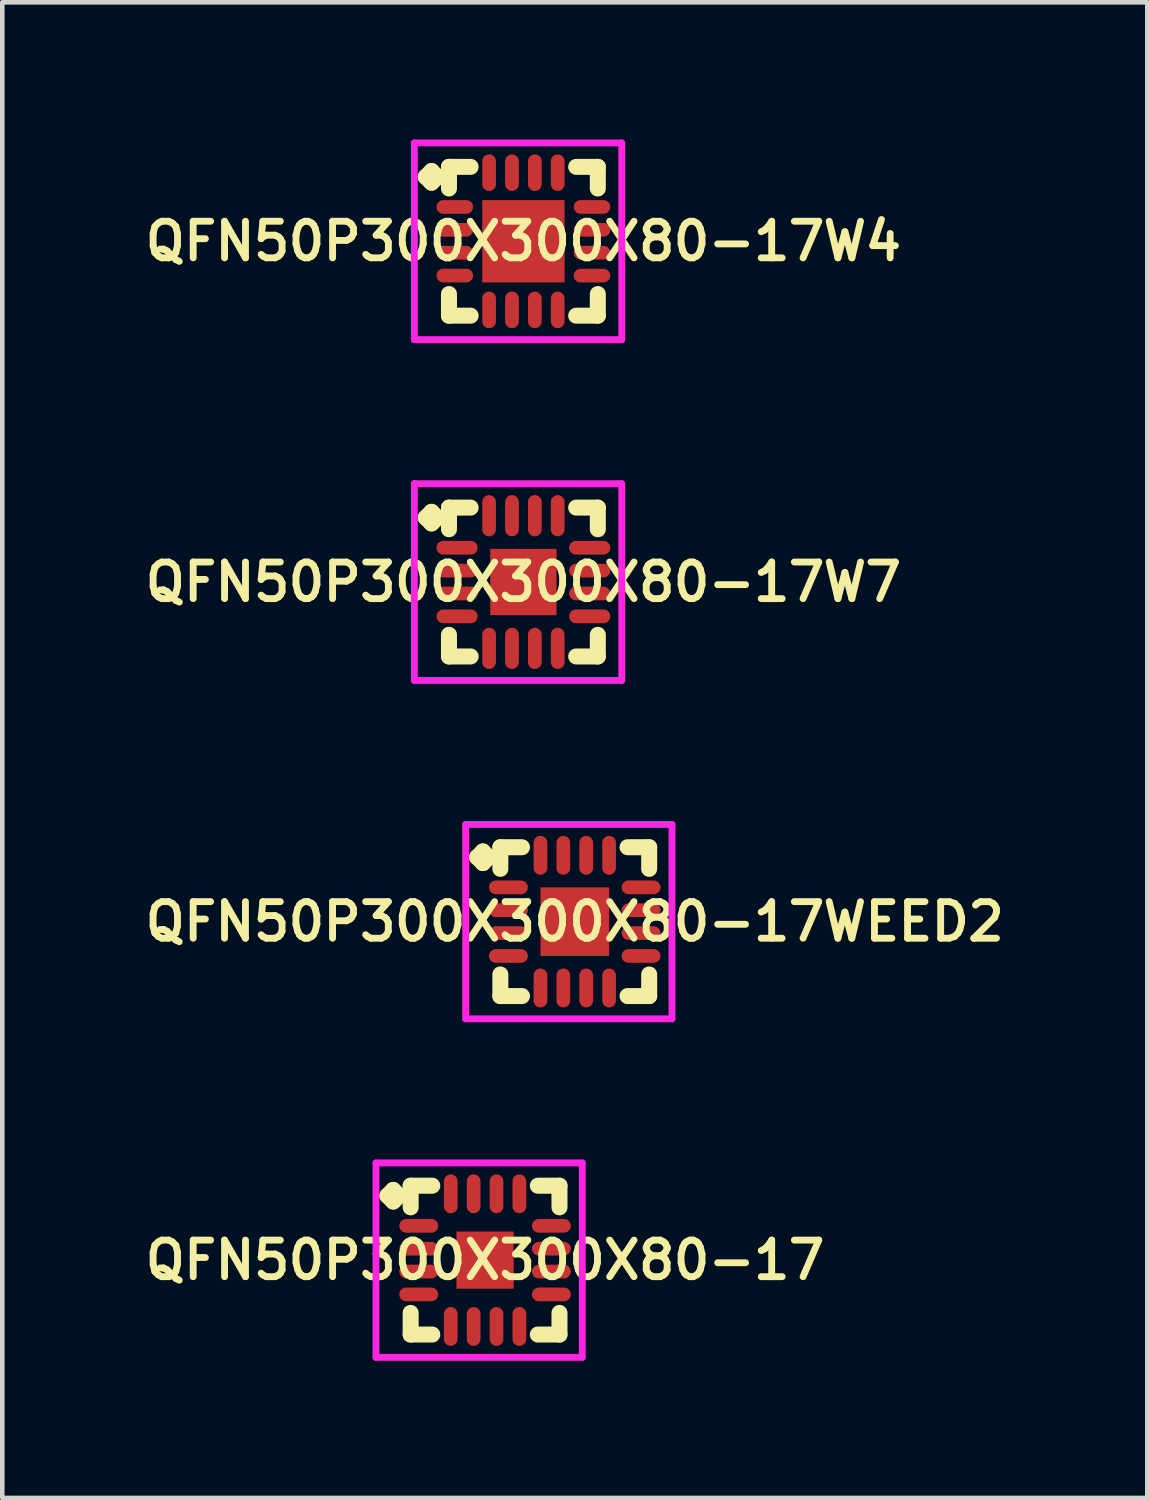
<source format=kicad_pcb>
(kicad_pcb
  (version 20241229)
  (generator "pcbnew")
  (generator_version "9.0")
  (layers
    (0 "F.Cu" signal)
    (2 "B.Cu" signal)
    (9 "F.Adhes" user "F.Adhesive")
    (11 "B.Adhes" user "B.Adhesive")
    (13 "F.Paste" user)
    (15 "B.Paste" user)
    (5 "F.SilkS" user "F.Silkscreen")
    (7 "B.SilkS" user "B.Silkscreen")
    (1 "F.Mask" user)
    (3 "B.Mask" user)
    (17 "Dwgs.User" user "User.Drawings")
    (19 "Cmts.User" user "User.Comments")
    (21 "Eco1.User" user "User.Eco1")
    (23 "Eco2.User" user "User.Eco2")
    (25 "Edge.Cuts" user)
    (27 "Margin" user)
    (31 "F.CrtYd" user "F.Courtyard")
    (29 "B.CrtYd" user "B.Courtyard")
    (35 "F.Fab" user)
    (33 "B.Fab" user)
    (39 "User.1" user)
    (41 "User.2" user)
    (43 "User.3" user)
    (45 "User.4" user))
  (footprint "QFN50P300X300X80-17WEED2"
    (layer "F.Cu")
    (at 9.516 17.1)
    (property "Reference" "QFN50P300X300X80-17WEED2" (at 0 0 0) (layer "F.SilkS") (effects (font (size 0.8 0.8) (thickness 0.15))))
    (attr smd)
    (fp_line (start -2.135 -1.408) (end -2.008 -1.535) (stroke (width 0.35) (type solid)) (layer "F.SilkS"))
    (fp_line (start -2.008 -1.535) (end -1.881 -1.408) (stroke (width 0.35) (type solid)) (layer "F.SilkS"))
    (fp_line (start -2.008 -1.281) (end -2.135 -1.408) (stroke (width 0.35) (type solid)) (layer "F.SilkS"))
    (fp_line (start -1.881 -1.408) (end -2.008 -1.281) (stroke (width 0.35) (type solid)) (layer "F.SilkS"))
    (fp_line (start -1.627 -1.627) (end -1.154 -1.627) (stroke (width 0.35) (type solid)) (layer "F.SilkS"))
    (fp_line (start -1.627 -1.154) (end -1.627 -1.627) (stroke (width 0.35) (type solid)) (layer "F.SilkS"))
    (fp_line (start -1.627 1.154) (end -1.627 1.627) (stroke (width 0.35) (type solid)) (layer "F.SilkS"))
    (fp_line (start -1.627 1.627) (end -1.154 1.627) (stroke (width 0.35) (type solid)) (layer "F.SilkS"))
    (fp_line (start 1.154 -1.627) (end 1.627 -1.627) (stroke (width 0.35) (type solid)) (layer "F.SilkS"))
    (fp_line (start 1.154 1.627) (end 1.627 1.627) (stroke (width 0.35) (type solid)) (layer "F.SilkS"))
    (fp_line (start 1.627 -1.627) (end 1.627 -1.154) (stroke (width 0.35) (type solid)) (layer "F.SilkS"))
    (fp_line (start 1.627 1.627) (end 1.627 1.154) (stroke (width 0.35) (type solid)) (layer "F.SilkS"))
    (fp_line (start -2.385 -2.125) (end 2.125 -2.125) (stroke (width 0.15) (type solid)) (layer "F.CrtYd"))
    (fp_line (start -2.385 2.125) (end -2.385 -2.125) (stroke (width 0.15) (type solid)) (layer "F.CrtYd"))
    (fp_line (start 2.125 -2.125) (end 2.125 2.125) (stroke (width 0.15) (type solid)) (layer "F.CrtYd"))
    (fp_line (start 2.125 2.125) (end -2.385 2.125) (stroke (width 0.15) (type solid)) (layer "F.CrtYd"))
    (pad "1" smd oval (at -1.45 -0.75) (size 0.85 0.3) (layers "F.Cu" "F.Mask" "F.Paste"))
    (pad "2" smd oval (at -1.45 -0.25) (size 0.85 0.3) (layers "F.Cu" "F.Mask" "F.Paste"))
    (pad "3" smd oval (at -1.45 0.25) (size 0.85 0.3) (layers "F.Cu" "F.Mask" "F.Paste"))
    (pad "4" smd oval (at -1.45 0.75) (size 0.85 0.3) (layers "F.Cu" "F.Mask" "F.Paste"))
    (pad "5" smd oval (at -0.75 1.45) (size 0.3 0.85) (layers "F.Cu" "F.Mask" "F.Paste"))
    (pad "6" smd oval (at -0.25 1.45) (size 0.3 0.85) (layers "F.Cu" "F.Mask" "F.Paste"))
    (pad "7" smd oval (at 0.25 1.45) (size 0.3 0.85) (layers "F.Cu" "F.Mask" "F.Paste"))
    (pad "8" smd oval (at 0.75 1.45) (size 0.3 0.85) (layers "F.Cu" "F.Mask" "F.Paste"))
    (pad "9" smd oval (at 1.45 0.75) (size 0.85 0.3) (layers "F.Cu" "F.Mask" "F.Paste"))
    (pad "10" smd oval (at 1.45 0.25) (size 0.85 0.3) (layers "F.Cu" "F.Mask" "F.Paste"))
    (pad "11" smd oval (at 1.45 -0.25) (size 0.85 0.3) (layers "F.Cu" "F.Mask" "F.Paste"))
    (pad "12" smd oval (at 1.45 -0.75) (size 0.85 0.3) (layers "F.Cu" "F.Mask" "F.Paste"))
    (pad "13" smd oval (at 0.75 -1.45) (size 0.3 0.85) (layers "F.Cu" "F.Mask" "F.Paste"))
    (pad "14" smd oval (at 0.25 -1.45) (size 0.3 0.85) (layers "F.Cu" "F.Mask" "F.Paste"))
    (pad "15" smd oval (at -0.25 -1.45) (size 0.3 0.85) (layers "F.Cu" "F.Mask" "F.Paste"))
    (pad "16" smd oval (at -0.75 -1.45) (size 0.3 0.85) (layers "F.Cu" "F.Mask" "F.Paste"))
    (pad "17" smd rect (at 0 0) (size 1.5 1.5) (layers "F.Cu" "F.Mask" "F.Paste")))
  (footprint "QFN50P300X300X80-17W4"
    (layer "F.Cu")
    (at 8.393 2.225)
    (property "Reference" "QFN50P300X300X80-17W4" (at 0 0 0) (layer "F.SilkS") (effects (font (size 0.8 0.8) (thickness 0.15))))
    (attr smd)
    (fp_line (start -2.135 -1.408) (end -2.008 -1.535) (stroke (width 0.35) (type solid)) (layer "F.SilkS"))
    (fp_line (start -2.008 -1.535) (end -1.881 -1.408) (stroke (width 0.35) (type solid)) (layer "F.SilkS"))
    (fp_line (start -2.008 -1.281) (end -2.135 -1.408) (stroke (width 0.35) (type solid)) (layer "F.SilkS"))
    (fp_line (start -1.881 -1.408) (end -2.008 -1.281) (stroke (width 0.35) (type solid)) (layer "F.SilkS"))
    (fp_line (start -1.627 -1.627) (end -1.154 -1.627) (stroke (width 0.35) (type solid)) (layer "F.SilkS"))
    (fp_line (start -1.627 -1.154) (end -1.627 -1.627) (stroke (width 0.35) (type solid)) (layer "F.SilkS"))
    (fp_line (start -1.627 1.154) (end -1.627 1.627) (stroke (width 0.35) (type solid)) (layer "F.SilkS"))
    (fp_line (start -1.627 1.627) (end -1.154 1.627) (stroke (width 0.35) (type solid)) (layer "F.SilkS"))
    (fp_line (start 1.154 -1.627) (end 1.627 -1.627) (stroke (width 0.35) (type solid)) (layer "F.SilkS"))
    (fp_line (start 1.154 1.627) (end 1.627 1.627) (stroke (width 0.35) (type solid)) (layer "F.SilkS"))
    (fp_line (start 1.627 -1.627) (end 1.627 -1.154) (stroke (width 0.35) (type solid)) (layer "F.SilkS"))
    (fp_line (start 1.627 1.627) (end 1.627 1.154) (stroke (width 0.35) (type solid)) (layer "F.SilkS"))
    (fp_line (start -2.385 -2.15) (end 2.15 -2.15) (stroke (width 0.15) (type solid)) (layer "F.CrtYd"))
    (fp_line (start -2.385 2.15) (end -2.385 -2.15) (stroke (width 0.15) (type solid)) (layer "F.CrtYd"))
    (fp_line (start 2.15 -2.15) (end 2.15 2.15) (stroke (width 0.15) (type solid)) (layer "F.CrtYd"))
    (fp_line (start 2.15 2.15) (end -2.385 2.15) (stroke (width 0.15) (type solid)) (layer "F.CrtYd"))
    (pad "1" smd oval (at -1.5 -0.75) (size 0.8 0.3) (layers "F.Cu" "F.Mask" "F.Paste"))
    (pad "2" smd oval (at -1.5 -0.25) (size 0.8 0.3) (layers "F.Cu" "F.Mask" "F.Paste"))
    (pad "3" smd oval (at -1.5 0.25) (size 0.8 0.3) (layers "F.Cu" "F.Mask" "F.Paste"))
    (pad "4" smd oval (at -1.5 0.75) (size 0.8 0.3) (layers "F.Cu" "F.Mask" "F.Paste"))
    (pad "5" smd oval (at -0.75 1.5) (size 0.3 0.8) (layers "F.Cu" "F.Mask" "F.Paste"))
    (pad "6" smd oval (at -0.25 1.5) (size 0.3 0.8) (layers "F.Cu" "F.Mask" "F.Paste"))
    (pad "7" smd oval (at 0.25 1.5) (size 0.3 0.8) (layers "F.Cu" "F.Mask" "F.Paste"))
    (pad "8" smd oval (at 0.75 1.5) (size 0.3 0.8) (layers "F.Cu" "F.Mask" "F.Paste"))
    (pad "9" smd oval (at 1.5 0.75) (size 0.8 0.3) (layers "F.Cu" "F.Mask" "F.Paste"))
    (pad "10" smd oval (at 1.5 0.25) (size 0.8 0.3) (layers "F.Cu" "F.Mask" "F.Paste"))
    (pad "11" smd oval (at 1.5 -0.25) (size 0.8 0.3) (layers "F.Cu" "F.Mask" "F.Paste"))
    (pad "12" smd oval (at 1.5 -0.75) (size 0.8 0.3) (layers "F.Cu" "F.Mask" "F.Paste"))
    (pad "13" smd oval (at 0.75 -1.5) (size 0.3 0.8) (layers "F.Cu" "F.Mask" "F.Paste"))
    (pad "14" smd oval (at 0.25 -1.5) (size 0.3 0.8) (layers "F.Cu" "F.Mask" "F.Paste"))
    (pad "15" smd oval (at -0.25 -1.5) (size 0.3 0.8) (layers "F.Cu" "F.Mask" "F.Paste"))
    (pad "16" smd oval (at -0.75 -1.5) (size 0.3 0.8) (layers "F.Cu" "F.Mask" "F.Paste"))
    (pad "17" smd rect (at 0 0) (size 1.8 1.8) (layers "F.Cu" "F.Mask" "F.Paste")))
  (footprint "QFN50P300X300X80-17"
    (layer "F.Cu")
    (at 7.555 24.5)
    (property "Reference" "QFN50P300X300X80-17" (at 0 0 0) (layer "F.SilkS") (effects (font (size 0.8 0.8) (thickness 0.15))))
    (attr through_hole)
    (fp_line (start -2.135 -1.408) (end -2.008 -1.535) (stroke (width 0.35) (type solid)) (layer "F.SilkS"))
    (fp_line (start -2.008 -1.535) (end -1.881 -1.408) (stroke (width 0.35) (type solid)) (layer "F.SilkS"))
    (fp_line (start -2.008 -1.281) (end -2.135 -1.408) (stroke (width 0.35) (type solid)) (layer "F.SilkS"))
    (fp_line (start -1.881 -1.408) (end -2.008 -1.281) (stroke (width 0.35) (type solid)) (layer "F.SilkS"))
    (fp_line (start -1.627 -1.627) (end -1.154 -1.627) (stroke (width 0.35) (type solid)) (layer "F.SilkS"))
    (fp_line (start -1.627 -1.154) (end -1.627 -1.627) (stroke (width 0.35) (type solid)) (layer "F.SilkS"))
    (fp_line (start -1.627 1.154) (end -1.627 1.627) (stroke (width 0.35) (type solid)) (layer "F.SilkS"))
    (fp_line (start -1.627 1.627) (end -1.154 1.627) (stroke (width 0.35) (type solid)) (layer "F.SilkS"))
    (fp_line (start 1.154 -1.627) (end 1.627 -1.627) (stroke (width 0.35) (type solid)) (layer "F.SilkS"))
    (fp_line (start 1.154 1.627) (end 1.627 1.627) (stroke (width 0.35) (type solid)) (layer "F.SilkS"))
    (fp_line (start 1.627 -1.627) (end 1.627 -1.154) (stroke (width 0.35) (type solid)) (layer "F.SilkS"))
    (fp_line (start 1.627 1.627) (end 1.627 1.154) (stroke (width 0.35) (type solid)) (layer "F.SilkS"))
    (fp_line (start -2.385 -2.125) (end 2.125 -2.125) (stroke (width 0.15) (type solid)) (layer "F.CrtYd"))
    (fp_line (start -2.385 2.125) (end -2.385 -2.125) (stroke (width 0.15) (type solid)) (layer "F.CrtYd"))
    (fp_line (start 2.125 -2.125) (end 2.125 2.125) (stroke (width 0.15) (type solid)) (layer "F.CrtYd"))
    (fp_line (start 2.125 2.125) (end -2.385 2.125) (stroke (width 0.15) (type solid)) (layer "F.CrtYd"))
    (pad "1" smd oval (at -1.45 -0.75) (size 0.85 0.3) (layers "F.Cu" "F.Mask" "F.Paste"))
    (pad "2" smd oval (at -1.45 -0.25) (size 0.85 0.3) (layers "F.Cu" "F.Mask" "F.Paste"))
    (pad "3" smd oval (at -1.45 0.25) (size 0.85 0.3) (layers "F.Cu" "F.Mask" "F.Paste"))
    (pad "4" smd oval (at -1.45 0.75) (size 0.85 0.3) (layers "F.Cu" "F.Mask" "F.Paste"))
    (pad "5" smd oval (at -0.75 1.45) (size 0.3 0.85) (layers "F.Cu" "F.Mask" "F.Paste"))
    (pad "6" smd oval (at -0.25 1.45) (size 0.3 0.85) (layers "F.Cu" "F.Mask" "F.Paste"))
    (pad "7" smd oval (at 0.25 1.45) (size 0.3 0.85) (layers "F.Cu" "F.Mask" "F.Paste"))
    (pad "8" smd oval (at 0.75 1.45) (size 0.3 0.85) (layers "F.Cu" "F.Mask" "F.Paste"))
    (pad "9" smd oval (at 1.45 0.75) (size 0.85 0.3) (layers "F.Cu" "F.Mask" "F.Paste"))
    (pad "10" smd oval (at 1.45 0.25) (size 0.85 0.3) (layers "F.Cu" "F.Mask" "F.Paste"))
    (pad "11" smd oval (at 1.45 -0.25) (size 0.85 0.3) (layers "F.Cu" "F.Mask" "F.Paste"))
    (pad "12" smd oval (at 1.45 -0.75) (size 0.85 0.3) (layers "F.Cu" "F.Mask" "F.Paste"))
    (pad "13" smd oval (at 0.75 -1.45) (size 0.3 0.85) (layers "F.Cu" "F.Mask" "F.Paste"))
    (pad "14" smd oval (at 0.25 -1.45) (size 0.3 0.85) (layers "F.Cu" "F.Mask" "F.Paste"))
    (pad "15" smd oval (at -0.25 -1.45) (size 0.3 0.85) (layers "F.Cu" "F.Mask" "F.Paste"))
    (pad "16" smd oval (at -0.75 -1.45) (size 0.3 0.85) (layers "F.Cu" "F.Mask" "F.Paste"))
    (pad "17" smd rect (at 0 0) (size 1.25 1.25) (layers "F.Cu" "F.Mask" "F.Paste")))
  (footprint "QFN50P300X300X80-17W7"
    (layer "F.Cu")
    (at 8.393 9.675)
    (property "Reference" "QFN50P300X300X80-17W7" (at 0 0 0) (layer "F.SilkS") (effects (font (size 0.8 0.8) (thickness 0.15))))
    (attr smd)
    (fp_line (start -2.135 -1.408) (end -2.008 -1.535) (stroke (width 0.35) (type solid)) (layer "F.SilkS"))
    (fp_line (start -2.008 -1.535) (end -1.881 -1.408) (stroke (width 0.35) (type solid)) (layer "F.SilkS"))
    (fp_line (start -2.008 -1.281) (end -2.135 -1.408) (stroke (width 0.35) (type solid)) (layer "F.SilkS"))
    (fp_line (start -1.881 -1.408) (end -2.008 -1.281) (stroke (width 0.35) (type solid)) (layer "F.SilkS"))
    (fp_line (start -1.627 -1.627) (end -1.154 -1.627) (stroke (width 0.35) (type solid)) (layer "F.SilkS"))
    (fp_line (start -1.627 -1.154) (end -1.627 -1.627) (stroke (width 0.35) (type solid)) (layer "F.SilkS"))
    (fp_line (start -1.627 1.154) (end -1.627 1.627) (stroke (width 0.35) (type solid)) (layer "F.SilkS"))
    (fp_line (start -1.627 1.627) (end -1.154 1.627) (stroke (width 0.35) (type solid)) (layer "F.SilkS"))
    (fp_line (start 1.154 -1.627) (end 1.627 -1.627) (stroke (width 0.35) (type solid)) (layer "F.SilkS"))
    (fp_line (start 1.154 1.627) (end 1.627 1.627) (stroke (width 0.35) (type solid)) (layer "F.SilkS"))
    (fp_line (start 1.627 -1.627) (end 1.627 -1.154) (stroke (width 0.35) (type solid)) (layer "F.SilkS"))
    (fp_line (start 1.627 1.627) (end 1.627 1.154) (stroke (width 0.35) (type solid)) (layer "F.SilkS"))
    (fp_line (start -2.385 -2.15) (end 2.15 -2.15) (stroke (width 0.15) (type solid)) (layer "F.CrtYd"))
    (fp_line (start -2.385 2.15) (end -2.385 -2.15) (stroke (width 0.15) (type solid)) (layer "F.CrtYd"))
    (fp_line (start 2.15 -2.15) (end 2.15 2.15) (stroke (width 0.15) (type solid)) (layer "F.CrtYd"))
    (fp_line (start 2.15 2.15) (end -2.385 2.15) (stroke (width 0.15) (type solid)) (layer "F.CrtYd"))
    (pad "1" smd oval (at -1.45 -0.75) (size 0.9 0.3) (layers "F.Cu" "F.Mask" "F.Paste"))
    (pad "2" smd oval (at -1.45 -0.25) (size 0.9 0.3) (layers "F.Cu" "F.Mask" "F.Paste"))
    (pad "3" smd oval (at -1.45 0.25) (size 0.9 0.3) (layers "F.Cu" "F.Mask" "F.Paste"))
    (pad "4" smd oval (at -1.45 0.75) (size 0.9 0.3) (layers "F.Cu" "F.Mask" "F.Paste"))
    (pad "5" smd oval (at -0.75 1.45) (size 0.3 0.9) (layers "F.Cu" "F.Mask" "F.Paste"))
    (pad "6" smd oval (at -0.25 1.45) (size 0.3 0.9) (layers "F.Cu" "F.Mask" "F.Paste"))
    (pad "7" smd oval (at 0.25 1.45) (size 0.3 0.9) (layers "F.Cu" "F.Mask" "F.Paste"))
    (pad "8" smd oval (at 0.75 1.45) (size 0.3 0.9) (layers "F.Cu" "F.Mask" "F.Paste"))
    (pad "9" smd oval (at 1.45 0.75) (size 0.9 0.3) (layers "F.Cu" "F.Mask" "F.Paste"))
    (pad "10" smd oval (at 1.45 0.25) (size 0.9 0.3) (layers "F.Cu" "F.Mask" "F.Paste"))
    (pad "11" smd oval (at 1.45 -0.25) (size 0.9 0.3) (layers "F.Cu" "F.Mask" "F.Paste"))
    (pad "12" smd oval (at 1.45 -0.75) (size 0.9 0.3) (layers "F.Cu" "F.Mask" "F.Paste"))
    (pad "13" smd oval (at 0.75 -1.45) (size 0.3 0.9) (layers "F.Cu" "F.Mask" "F.Paste"))
    (pad "14" smd oval (at 0.25 -1.45) (size 0.3 0.9) (layers "F.Cu" "F.Mask" "F.Paste"))
    (pad "15" smd oval (at -0.25 -1.45) (size 0.3 0.9) (layers "F.Cu" "F.Mask" "F.Paste"))
    (pad "16" smd oval (at -0.75 -1.45) (size 0.3 0.9) (layers "F.Cu" "F.Mask" "F.Paste"))
    (pad "17" smd rect (at 0 0) (size 1.45 1.45) (layers "F.Cu" "F.Mask" "F.Paste")))
  (gr_rect
    (start -3 -3)
    (end 22.033 29.7)
    (stroke (width 0.1) (type default))
    (fill no)
    (layer "Edge.Cuts")))
</source>
